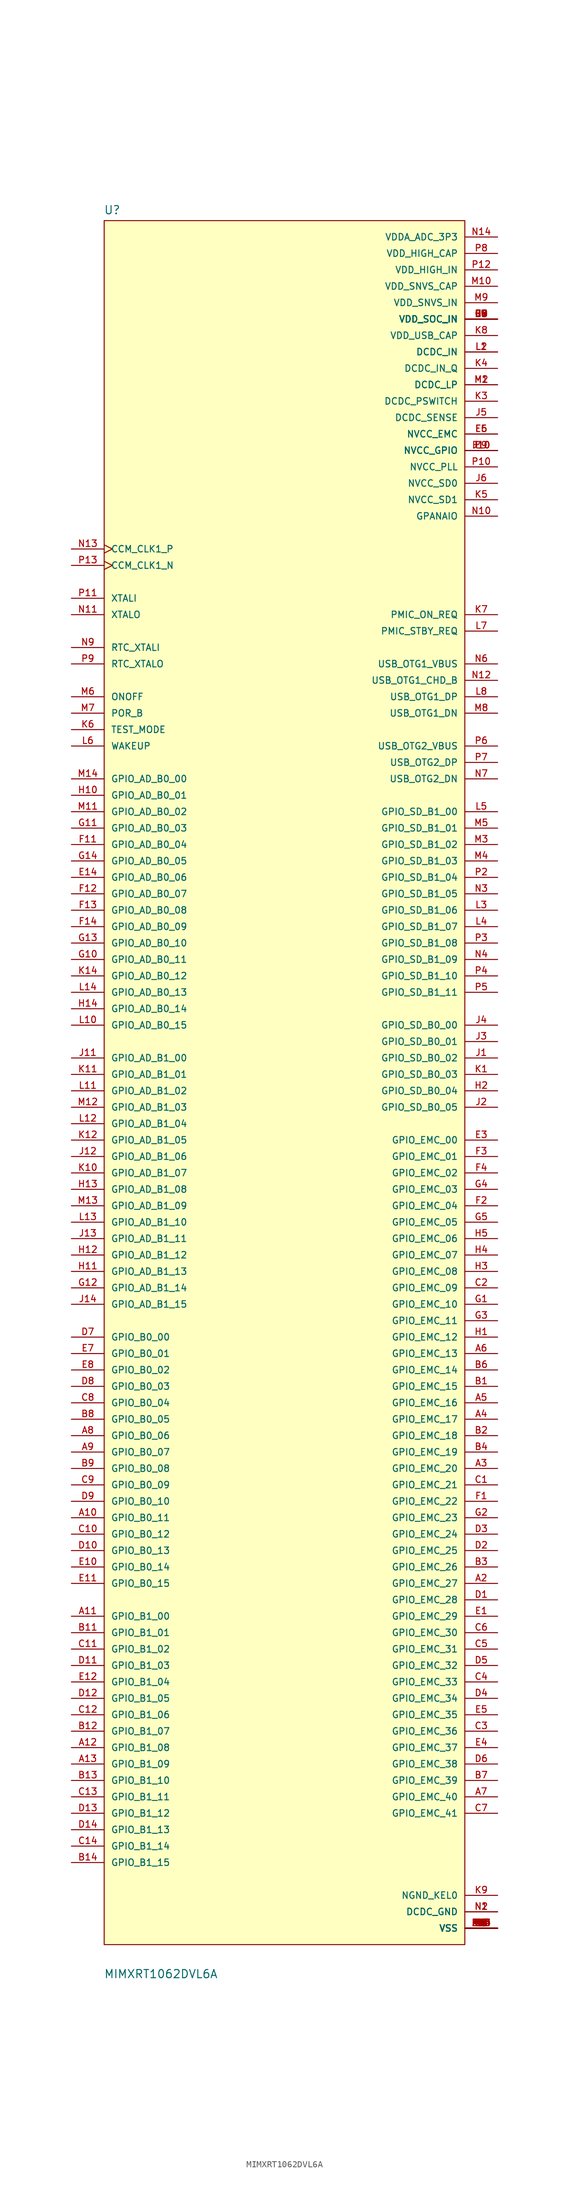
<source format=kicad_sym>
(kicad_symbol_lib
  (version 20241209)
  (generator "kicad_symbol_editor")
  (generator_version "9.0")
  (symbol "MIMXRT1062DVL6A"
    (pin_names
      (offset 1.016))
    (property "Reference" "U"
      (at -28.001 135.512 0)
      (effects (font (size 1.27 1.27)) (justify left bottom)))
    (property "Value" "MIMXRT1062DVL6A"
      (at -27.986 -137.362 0)
      (effects (font (size 1.27 1.27)) (justify left bottom)))
    (symbol "MIMXRT1062DVL6A_0_0"
      (rectangle (start -27.94 -132.08) (end 27.94 134.62) (stroke (width 0.152) (type default)) (fill (type background)))
      (pin input clock (at -33.02 83.82 0) (length 5.08) (name "CCM_CLK1_P" (effects (font (size 1.016 1.016)))) (number "N13" (effects (font (size 1.016 1.016)))))
      (pin input clock (at -33.02 81.28 0) (length 5.08) (name "CCM_CLK1_N" (effects (font (size 1.016 1.016)))) (number "P13" (effects (font (size 1.016 1.016)))))
      (pin input line (at -33.02 76.2 0) (length 5.08) (name "XTALI" (effects (font (size 1.016 1.016)))) (number "P11" (effects (font (size 1.016 1.016)))))
      (pin output line (at -33.02 73.66 0) (length 5.08) (name "XTALO" (effects (font (size 1.016 1.016)))) (number "N11" (effects (font (size 1.016 1.016)))))
      (pin input line (at -33.02 68.58 0) (length 5.08) (name "RTC_XTALI" (effects (font (size 1.016 1.016)))) (number "N9" (effects (font (size 1.016 1.016)))))
      (pin output line (at -33.02 66.04 0) (length 5.08) (name "RTC_XTALO" (effects (font (size 1.016 1.016)))) (number "P9" (effects (font (size 1.016 1.016)))))
      (pin input line (at -33.02 60.96 0) (length 5.08) (name "ONOFF" (effects (font (size 1.016 1.016)))) (number "M6" (effects (font (size 1.016 1.016)))))
      (pin input line (at -33.02 58.42 0) (length 5.08) (name "POR_B" (effects (font (size 1.016 1.016)))) (number "M7" (effects (font (size 1.016 1.016)))))
      (pin input line (at -33.02 55.88 0) (length 5.08) (name "TEST_MODE" (effects (font (size 1.016 1.016)))) (number "K6" (effects (font (size 1.016 1.016)))))
      (pin input line (at -33.02 53.34 0) (length 5.08) (name "WAKEUP" (effects (font (size 1.016 1.016)))) (number "L6" (effects (font (size 1.016 1.016)))))
      (pin bidirectional line (at -33.02 48.26 0) (length 5.08) (name "GPIO_AD_B0_00" (effects (font (size 1.016 1.016)))) (number "M14" (effects (font (size 1.016 1.016)))))
      (pin bidirectional line (at -33.02 45.72 0) (length 5.08) (name "GPIO_AD_B0_01" (effects (font (size 1.016 1.016)))) (number "H10" (effects (font (size 1.016 1.016)))))
      (pin bidirectional line (at -33.02 43.18 0) (length 5.08) (name "GPIO_AD_B0_02" (effects (font (size 1.016 1.016)))) (number "M11" (effects (font (size 1.016 1.016)))))
      (pin bidirectional line (at -33.02 40.64 0) (length 5.08) (name "GPIO_AD_B0_03" (effects (font (size 1.016 1.016)))) (number "G11" (effects (font (size 1.016 1.016)))))
      (pin bidirectional line (at -33.02 38.1 0) (length 5.08) (name "GPIO_AD_B0_04" (effects (font (size 1.016 1.016)))) (number "F11" (effects (font (size 1.016 1.016)))))
      (pin bidirectional line (at -33.02 35.56 0) (length 5.08) (name "GPIO_AD_B0_05" (effects (font (size 1.016 1.016)))) (number "G14" (effects (font (size 1.016 1.016)))))
      (pin bidirectional line (at -33.02 33.02 0) (length 5.08) (name "GPIO_AD_B0_06" (effects (font (size 1.016 1.016)))) (number "E14" (effects (font (size 1.016 1.016)))))
      (pin bidirectional line (at -33.02 30.48 0) (length 5.08) (name "GPIO_AD_B0_07" (effects (font (size 1.016 1.016)))) (number "F12" (effects (font (size 1.016 1.016)))))
      (pin bidirectional line (at -33.02 27.94 0) (length 5.08) (name "GPIO_AD_B0_08" (effects (font (size 1.016 1.016)))) (number "F13" (effects (font (size 1.016 1.016)))))
      (pin bidirectional line (at -33.02 25.4 0) (length 5.08) (name "GPIO_AD_B0_09" (effects (font (size 1.016 1.016)))) (number "F14" (effects (font (size 1.016 1.016)))))
      (pin bidirectional line (at -33.02 22.86 0) (length 5.08) (name "GPIO_AD_B0_10" (effects (font (size 1.016 1.016)))) (number "G13" (effects (font (size 1.016 1.016)))))
      (pin bidirectional line (at -33.02 20.32 0) (length 5.08) (name "GPIO_AD_B0_11" (effects (font (size 1.016 1.016)))) (number "G10" (effects (font (size 1.016 1.016)))))
      (pin bidirectional line (at -33.02 17.78 0) (length 5.08) (name "GPIO_AD_B0_12" (effects (font (size 1.016 1.016)))) (number "K14" (effects (font (size 1.016 1.016)))))
      (pin bidirectional line (at -33.02 15.24 0) (length 5.08) (name "GPIO_AD_B0_13" (effects (font (size 1.016 1.016)))) (number "L14" (effects (font (size 1.016 1.016)))))
      (pin bidirectional line (at -33.02 12.7 0) (length 5.08) (name "GPIO_AD_B0_14" (effects (font (size 1.016 1.016)))) (number "H14" (effects (font (size 1.016 1.016)))))
      (pin bidirectional line (at -33.02 10.16 0) (length 5.08) (name "GPIO_AD_B0_15" (effects (font (size 1.016 1.016)))) (number "L10" (effects (font (size 1.016 1.016)))))
      (pin bidirectional line (at -33.02 5.08 0) (length 5.08) (name "GPIO_AD_B1_00" (effects (font (size 1.016 1.016)))) (number "J11" (effects (font (size 1.016 1.016)))))
      (pin bidirectional line (at -33.02 2.54 0) (length 5.08) (name "GPIO_AD_B1_01" (effects (font (size 1.016 1.016)))) (number "K11" (effects (font (size 1.016 1.016)))))
      (pin bidirectional line (at -33.02 0 0) (length 5.08) (name "GPIO_AD_B1_02" (effects (font (size 1.016 1.016)))) (number "L11" (effects (font (size 1.016 1.016)))))
      (pin bidirectional line (at -33.02 -2.54 0) (length 5.08) (name "GPIO_AD_B1_03" (effects (font (size 1.016 1.016)))) (number "M12" (effects (font (size 1.016 1.016)))))
      (pin bidirectional line (at -33.02 -5.08 0) (length 5.08) (name "GPIO_AD_B1_04" (effects (font (size 1.016 1.016)))) (number "L12" (effects (font (size 1.016 1.016)))))
      (pin bidirectional line (at -33.02 -7.62 0) (length 5.08) (name "GPIO_AD_B1_05" (effects (font (size 1.016 1.016)))) (number "K12" (effects (font (size 1.016 1.016)))))
      (pin bidirectional line (at -33.02 -10.16 0) (length 5.08) (name "GPIO_AD_B1_06" (effects (font (size 1.016 1.016)))) (number "J12" (effects (font (size 1.016 1.016)))))
      (pin bidirectional line (at -33.02 -12.7 0) (length 5.08) (name "GPIO_AD_B1_07" (effects (font (size 1.016 1.016)))) (number "K10" (effects (font (size 1.016 1.016)))))
      (pin bidirectional line (at -33.02 -15.24 0) (length 5.08) (name "GPIO_AD_B1_08" (effects (font (size 1.016 1.016)))) (number "H13" (effects (font (size 1.016 1.016)))))
      (pin bidirectional line (at -33.02 -17.78 0) (length 5.08) (name "GPIO_AD_B1_09" (effects (font (size 1.016 1.016)))) (number "M13" (effects (font (size 1.016 1.016)))))
      (pin bidirectional line (at -33.02 -20.32 0) (length 5.08) (name "GPIO_AD_B1_10" (effects (font (size 1.016 1.016)))) (number "L13" (effects (font (size 1.016 1.016)))))
      (pin bidirectional line (at -33.02 -22.86 0) (length 5.08) (name "GPIO_AD_B1_11" (effects (font (size 1.016 1.016)))) (number "J13" (effects (font (size 1.016 1.016)))))
      (pin bidirectional line (at -33.02 -25.4 0) (length 5.08) (name "GPIO_AD_B1_12" (effects (font (size 1.016 1.016)))) (number "H12" (effects (font (size 1.016 1.016)))))
      (pin bidirectional line (at -33.02 -27.94 0) (length 5.08) (name "GPIO_AD_B1_13" (effects (font (size 1.016 1.016)))) (number "H11" (effects (font (size 1.016 1.016)))))
      (pin bidirectional line (at -33.02 -30.48 0) (length 5.08) (name "GPIO_AD_B1_14" (effects (font (size 1.016 1.016)))) (number "G12" (effects (font (size 1.016 1.016)))))
      (pin bidirectional line (at -33.02 -33.02 0) (length 5.08) (name "GPIO_AD_B1_15" (effects (font (size 1.016 1.016)))) (number "J14" (effects (font (size 1.016 1.016)))))
      (pin bidirectional line (at -33.02 -38.1 0) (length 5.08) (name "GPIO_B0_00" (effects (font (size 1.016 1.016)))) (number "D7" (effects (font (size 1.016 1.016)))))
      (pin bidirectional line (at -33.02 -40.64 0) (length 5.08) (name "GPIO_B0_01" (effects (font (size 1.016 1.016)))) (number "E7" (effects (font (size 1.016 1.016)))))
      (pin bidirectional line (at -33.02 -43.18 0) (length 5.08) (name "GPIO_B0_02" (effects (font (size 1.016 1.016)))) (number "E8" (effects (font (size 1.016 1.016)))))
      (pin bidirectional line (at -33.02 -45.72 0) (length 5.08) (name "GPIO_B0_03" (effects (font (size 1.016 1.016)))) (number "D8" (effects (font (size 1.016 1.016)))))
      (pin bidirectional line (at -33.02 -48.26 0) (length 5.08) (name "GPIO_B0_04" (effects (font (size 1.016 1.016)))) (number "C8" (effects (font (size 1.016 1.016)))))
      (pin bidirectional line (at -33.02 -50.8 0) (length 5.08) (name "GPIO_B0_05" (effects (font (size 1.016 1.016)))) (number "B8" (effects (font (size 1.016 1.016)))))
      (pin bidirectional line (at -33.02 -53.34 0) (length 5.08) (name "GPIO_B0_06" (effects (font (size 1.016 1.016)))) (number "A8" (effects (font (size 1.016 1.016)))))
      (pin bidirectional line (at -33.02 -55.88 0) (length 5.08) (name "GPIO_B0_07" (effects (font (size 1.016 1.016)))) (number "A9" (effects (font (size 1.016 1.016)))))
      (pin bidirectional line (at -33.02 -58.42 0) (length 5.08) (name "GPIO_B0_08" (effects (font (size 1.016 1.016)))) (number "B9" (effects (font (size 1.016 1.016)))))
      (pin bidirectional line (at -33.02 -60.96 0) (length 5.08) (name "GPIO_B0_09" (effects (font (size 1.016 1.016)))) (number "C9" (effects (font (size 1.016 1.016)))))
      (pin bidirectional line (at -33.02 -63.5 0) (length 5.08) (name "GPIO_B0_10" (effects (font (size 1.016 1.016)))) (number "D9" (effects (font (size 1.016 1.016)))))
      (pin bidirectional line (at -33.02 -66.04 0) (length 5.08) (name "GPIO_B0_11" (effects (font (size 1.016 1.016)))) (number "A10" (effects (font (size 1.016 1.016)))))
      (pin bidirectional line (at -33.02 -68.58 0) (length 5.08) (name "GPIO_B0_12" (effects (font (size 1.016 1.016)))) (number "C10" (effects (font (size 1.016 1.016)))))
      (pin bidirectional line (at -33.02 -71.12 0) (length 5.08) (name "GPIO_B0_13" (effects (font (size 1.016 1.016)))) (number "D10" (effects (font (size 1.016 1.016)))))
      (pin bidirectional line (at -33.02 -73.66 0) (length 5.08) (name "GPIO_B0_14" (effects (font (size 1.016 1.016)))) (number "E10" (effects (font (size 1.016 1.016)))))
      (pin bidirectional line (at -33.02 -76.2 0) (length 5.08) (name "GPIO_B0_15" (effects (font (size 1.016 1.016)))) (number "E11" (effects (font (size 1.016 1.016)))))
      (pin bidirectional line (at -33.02 -81.28 0) (length 5.08) (name "GPIO_B1_00" (effects (font (size 1.016 1.016)))) (number "A11" (effects (font (size 1.016 1.016)))))
      (pin bidirectional line (at -33.02 -83.82 0) (length 5.08) (name "GPIO_B1_01" (effects (font (size 1.016 1.016)))) (number "B11" (effects (font (size 1.016 1.016)))))
      (pin bidirectional line (at -33.02 -86.36 0) (length 5.08) (name "GPIO_B1_02" (effects (font (size 1.016 1.016)))) (number "C11" (effects (font (size 1.016 1.016)))))
      (pin bidirectional line (at -33.02 -88.9 0) (length 5.08) (name "GPIO_B1_03" (effects (font (size 1.016 1.016)))) (number "D11" (effects (font (size 1.016 1.016)))))
      (pin bidirectional line (at -33.02 -91.44 0) (length 5.08) (name "GPIO_B1_04" (effects (font (size 1.016 1.016)))) (number "E12" (effects (font (size 1.016 1.016)))))
      (pin bidirectional line (at -33.02 -93.98 0) (length 5.08) (name "GPIO_B1_05" (effects (font (size 1.016 1.016)))) (number "D12" (effects (font (size 1.016 1.016)))))
      (pin bidirectional line (at -33.02 -96.52 0) (length 5.08) (name "GPIO_B1_06" (effects (font (size 1.016 1.016)))) (number "C12" (effects (font (size 1.016 1.016)))))
      (pin bidirectional line (at -33.02 -99.06 0) (length 5.08) (name "GPIO_B1_07" (effects (font (size 1.016 1.016)))) (number "B12" (effects (font (size 1.016 1.016)))))
      (pin bidirectional line (at -33.02 -101.6 0) (length 5.08) (name "GPIO_B1_08" (effects (font (size 1.016 1.016)))) (number "A12" (effects (font (size 1.016 1.016)))))
      (pin bidirectional line (at -33.02 -104.14 0) (length 5.08) (name "GPIO_B1_09" (effects (font (size 1.016 1.016)))) (number "A13" (effects (font (size 1.016 1.016)))))
      (pin bidirectional line (at -33.02 -106.68 0) (length 5.08) (name "GPIO_B1_10" (effects (font (size 1.016 1.016)))) (number "B13" (effects (font (size 1.016 1.016)))))
      (pin bidirectional line (at -33.02 -109.22 0) (length 5.08) (name "GPIO_B1_11" (effects (font (size 1.016 1.016)))) (number "C13" (effects (font (size 1.016 1.016)))))
      (pin bidirectional line (at -33.02 -111.76 0) (length 5.08) (name "GPIO_B1_12" (effects (font (size 1.016 1.016)))) (number "D13" (effects (font (size 1.016 1.016)))))
      (pin bidirectional line (at -33.02 -114.3 0) (length 5.08) (name "GPIO_B1_13" (effects (font (size 1.016 1.016)))) (number "D14" (effects (font (size 1.016 1.016)))))
      (pin bidirectional line (at -33.02 -116.84 0) (length 5.08) (name "GPIO_B1_14" (effects (font (size 1.016 1.016)))) (number "C14" (effects (font (size 1.016 1.016)))))
      (pin bidirectional line (at -33.02 -119.38 0) (length 5.08) (name "GPIO_B1_15" (effects (font (size 1.016 1.016)))) (number "B14" (effects (font (size 1.016 1.016)))))
      (pin power_in line (at 33.02 132.08 180) (length 5.08) (name "VDDA_ADC_3P3" (effects (font (size 1.016 1.016)))) (number "N14" (effects (font (size 1.016 1.016)))))
      (pin power_in line (at 33.02 129.54 180) (length 5.08) (name "VDD_HIGH_CAP" (effects (font (size 1.016 1.016)))) (number "P8" (effects (font (size 1.016 1.016)))))
      (pin power_in line (at 33.02 127 180) (length 5.08) (name "VDD_HIGH_IN" (effects (font (size 1.016 1.016)))) (number "P12" (effects (font (size 1.016 1.016)))))
      (pin power_in line (at 33.02 124.46 180) (length 5.08) (name "VDD_SNVS_CAP" (effects (font (size 1.016 1.016)))) (number "M10" (effects (font (size 1.016 1.016)))))
      (pin power_in line (at 33.02 121.92 180) (length 5.08) (name "VDD_SNVS_IN" (effects (font (size 1.016 1.016)))) (number "M9" (effects (font (size 1.016 1.016)))))
      (pin power_in line (at 33.02 119.38 180) (length 5.08) (name "VDD_SOC_IN" (effects (font (size 1.016 1.016)))) (number "F6" (effects (font (size 1.016 1.016)))))
      (pin power_in line (at 33.02 119.38 180) (length 5.08) (name "VDD_SOC_IN" (effects (font (size 1.016 1.016)))) (number "F7" (effects (font (size 1.016 1.016)))))
      (pin power_in line (at 33.02 119.38 180) (length 5.08) (name "VDD_SOC_IN" (effects (font (size 1.016 1.016)))) (number "F8" (effects (font (size 1.016 1.016)))))
      (pin power_in line (at 33.02 119.38 180) (length 5.08) (name "VDD_SOC_IN" (effects (font (size 1.016 1.016)))) (number "F9" (effects (font (size 1.016 1.016)))))
      (pin power_in line (at 33.02 119.38 180) (length 5.08) (name "VDD_SOC_IN" (effects (font (size 1.016 1.016)))) (number "G6" (effects (font (size 1.016 1.016)))))
      (pin power_in line (at 33.02 119.38 180) (length 5.08) (name "VDD_SOC_IN" (effects (font (size 1.016 1.016)))) (number "G9" (effects (font (size 1.016 1.016)))))
      (pin power_in line (at 33.02 119.38 180) (length 5.08) (name "VDD_SOC_IN" (effects (font (size 1.016 1.016)))) (number "H6" (effects (font (size 1.016 1.016)))))
      (pin power_in line (at 33.02 119.38 180) (length 5.08) (name "VDD_SOC_IN" (effects (font (size 1.016 1.016)))) (number "H9" (effects (font (size 1.016 1.016)))))
      (pin power_in line (at 33.02 119.38 180) (length 5.08) (name "VDD_SOC_IN" (effects (font (size 1.016 1.016)))) (number "J9" (effects (font (size 1.016 1.016)))))
      (pin power_in line (at 33.02 116.84 180) (length 5.08) (name "VDD_USB_CAP" (effects (font (size 1.016 1.016)))) (number "K8" (effects (font (size 1.016 1.016)))))
      (pin power_in line (at 33.02 114.3 180) (length 5.08) (name "DCDC_IN" (effects (font (size 1.016 1.016)))) (number "L1" (effects (font (size 1.016 1.016)))))
      (pin power_in line (at 33.02 114.3 180) (length 5.08) (name "DCDC_IN" (effects (font (size 1.016 1.016)))) (number "L2" (effects (font (size 1.016 1.016)))))
      (pin power_in line (at 33.02 111.76 180) (length 5.08) (name "DCDC_IN_Q" (effects (font (size 1.016 1.016)))) (number "K4" (effects (font (size 1.016 1.016)))))
      (pin power_in line (at 33.02 109.22 180) (length 5.08) (name "DCDC_LP" (effects (font (size 1.016 1.016)))) (number "M1" (effects (font (size 1.016 1.016)))))
      (pin power_in line (at 33.02 109.22 180) (length 5.08) (name "DCDC_LP" (effects (font (size 1.016 1.016)))) (number "M2" (effects (font (size 1.016 1.016)))))
      (pin power_in line (at 33.02 106.68 180) (length 5.08) (name "DCDC_PSWITCH" (effects (font (size 1.016 1.016)))) (number "K3" (effects (font (size 1.016 1.016)))))
      (pin power_in line (at 33.02 104.14 180) (length 5.08) (name "DCDC_SENSE" (effects (font (size 1.016 1.016)))) (number "J5" (effects (font (size 1.016 1.016)))))
      (pin power_in line (at 33.02 101.6 180) (length 5.08) (name "NVCC_EMC" (effects (font (size 1.016 1.016)))) (number "E6" (effects (font (size 1.016 1.016)))))
      (pin power_in line (at 33.02 101.6 180) (length 5.08) (name "NVCC_EMC" (effects (font (size 1.016 1.016)))) (number "F5" (effects (font (size 1.016 1.016)))))
      (pin power_in line (at 33.02 99.06 180) (length 5.08) (name "NVCC_GPIO" (effects (font (size 1.016 1.016)))) (number "E9" (effects (font (size 1.016 1.016)))))
      (pin power_in line (at 33.02 99.06 180) (length 5.08) (name "NVCC_GPIO" (effects (font (size 1.016 1.016)))) (number "F10" (effects (font (size 1.016 1.016)))))
      (pin power_in line (at 33.02 99.06 180) (length 5.08) (name "NVCC_GPIO" (effects (font (size 1.016 1.016)))) (number "J10" (effects (font (size 1.016 1.016)))))
      (pin power_in line (at 33.02 96.52 180) (length 5.08) (name "NVCC_PLL" (effects (font (size 1.016 1.016)))) (number "P10" (effects (font (size 1.016 1.016)))))
      (pin power_in line (at 33.02 93.98 180) (length 5.08) (name "NVCC_SD0" (effects (font (size 1.016 1.016)))) (number "J6" (effects (font (size 1.016 1.016)))))
      (pin power_in line (at 33.02 91.44 180) (length 5.08) (name "NVCC_SD1" (effects (font (size 1.016 1.016)))) (number "K5" (effects (font (size 1.016 1.016)))))
      (pin power_in line (at 33.02 88.9 180) (length 5.08) (name "GPANAIO" (effects (font (size 1.016 1.016)))) (number "N10" (effects (font (size 1.016 1.016)))))
      (pin output line (at 33.02 73.66 180) (length 5.08) (name "PMIC_ON_REQ" (effects (font (size 1.016 1.016)))) (number "K7" (effects (font (size 1.016 1.016)))))
      (pin output line (at 33.02 71.12 180) (length 5.08) (name "PMIC_STBY_REQ" (effects (font (size 1.016 1.016)))) (number "L7" (effects (font (size 1.016 1.016)))))
      (pin bidirectional line (at 33.02 66.04 180) (length 5.08) (name "USB_OTG1_VBUS" (effects (font (size 1.016 1.016)))) (number "N6" (effects (font (size 1.016 1.016)))))
      (pin bidirectional line (at 33.02 63.5 180) (length 5.08) (name "USB_OTG1_CHD_B" (effects (font (size 1.016 1.016)))) (number "N12" (effects (font (size 1.016 1.016)))))
      (pin bidirectional line (at 33.02 60.96 180) (length 5.08) (name "USB_OTG1_DP" (effects (font (size 1.016 1.016)))) (number "L8" (effects (font (size 1.016 1.016)))))
      (pin bidirectional line (at 33.02 58.42 180) (length 5.08) (name "USB_OTG1_DN" (effects (font (size 1.016 1.016)))) (number "M8" (effects (font (size 1.016 1.016)))))
      (pin bidirectional line (at 33.02 53.34 180) (length 5.08) (name "USB_OTG2_VBUS" (effects (font (size 1.016 1.016)))) (number "P6" (effects (font (size 1.016 1.016)))))
      (pin bidirectional line (at 33.02 50.8 180) (length 5.08) (name "USB_OTG2_DP" (effects (font (size 1.016 1.016)))) (number "P7" (effects (font (size 1.016 1.016)))))
      (pin bidirectional line (at 33.02 48.26 180) (length 5.08) (name "USB_OTG2_DN" (effects (font (size 1.016 1.016)))) (number "N7" (effects (font (size 1.016 1.016)))))
      (pin bidirectional line (at 33.02 43.18 180) (length 5.08) (name "GPIO_SD_B1_00" (effects (font (size 1.016 1.016)))) (number "L5" (effects (font (size 1.016 1.016)))))
      (pin bidirectional line (at 33.02 40.64 180) (length 5.08) (name "GPIO_SD_B1_01" (effects (font (size 1.016 1.016)))) (number "M5" (effects (font (size 1.016 1.016)))))
      (pin bidirectional line (at 33.02 38.1 180) (length 5.08) (name "GPIO_SD_B1_02" (effects (font (size 1.016 1.016)))) (number "M3" (effects (font (size 1.016 1.016)))))
      (pin bidirectional line (at 33.02 35.56 180) (length 5.08) (name "GPIO_SD_B1_03" (effects (font (size 1.016 1.016)))) (number "M4" (effects (font (size 1.016 1.016)))))
      (pin bidirectional line (at 33.02 33.02 180) (length 5.08) (name "GPIO_SD_B1_04" (effects (font (size 1.016 1.016)))) (number "P2" (effects (font (size 1.016 1.016)))))
      (pin bidirectional line (at 33.02 30.48 180) (length 5.08) (name "GPIO_SD_B1_05" (effects (font (size 1.016 1.016)))) (number "N3" (effects (font (size 1.016 1.016)))))
      (pin bidirectional line (at 33.02 27.94 180) (length 5.08) (name "GPIO_SD_B1_06" (effects (font (size 1.016 1.016)))) (number "L3" (effects (font (size 1.016 1.016)))))
      (pin bidirectional line (at 33.02 25.4 180) (length 5.08) (name "GPIO_SD_B1_07" (effects (font (size 1.016 1.016)))) (number "L4" (effects (font (size 1.016 1.016)))))
      (pin bidirectional line (at 33.02 22.86 180) (length 5.08) (name "GPIO_SD_B1_08" (effects (font (size 1.016 1.016)))) (number "P3" (effects (font (size 1.016 1.016)))))
      (pin bidirectional line (at 33.02 20.32 180) (length 5.08) (name "GPIO_SD_B1_09" (effects (font (size 1.016 1.016)))) (number "N4" (effects (font (size 1.016 1.016)))))
      (pin bidirectional line (at 33.02 17.78 180) (length 5.08) (name "GPIO_SD_B1_10" (effects (font (size 1.016 1.016)))) (number "P4" (effects (font (size 1.016 1.016)))))
      (pin bidirectional line (at 33.02 15.24 180) (length 5.08) (name "GPIO_SD_B1_11" (effects (font (size 1.016 1.016)))) (number "P5" (effects (font (size 1.016 1.016)))))
      (pin bidirectional line (at 33.02 10.16 180) (length 5.08) (name "GPIO_SD_B0_00" (effects (font (size 1.016 1.016)))) (number "J4" (effects (font (size 1.016 1.016)))))
      (pin bidirectional line (at 33.02 7.62 180) (length 5.08) (name "GPIO_SD_B0_01" (effects (font (size 1.016 1.016)))) (number "J3" (effects (font (size 1.016 1.016)))))
      (pin bidirectional line (at 33.02 5.08 180) (length 5.08) (name "GPIO_SD_B0_02" (effects (font (size 1.016 1.016)))) (number "J1" (effects (font (size 1.016 1.016)))))
      (pin bidirectional line (at 33.02 2.54 180) (length 5.08) (name "GPIO_SD_B0_03" (effects (font (size 1.016 1.016)))) (number "K1" (effects (font (size 1.016 1.016)))))
      (pin bidirectional line (at 33.02 0 180) (length 5.08) (name "GPIO_SD_B0_04" (effects (font (size 1.016 1.016)))) (number "H2" (effects (font (size 1.016 1.016)))))
      (pin bidirectional line (at 33.02 -2.54 180) (length 5.08) (name "GPIO_SD_B0_05" (effects (font (size 1.016 1.016)))) (number "J2" (effects (font (size 1.016 1.016)))))
      (pin bidirectional line (at 33.02 -7.62 180) (length 5.08) (name "GPIO_EMC_00" (effects (font (size 1.016 1.016)))) (number "E3" (effects (font (size 1.016 1.016)))))
      (pin bidirectional line (at 33.02 -10.16 180) (length 5.08) (name "GPIO_EMC_01" (effects (font (size 1.016 1.016)))) (number "F3" (effects (font (size 1.016 1.016)))))
      (pin bidirectional line (at 33.02 -12.7 180) (length 5.08) (name "GPIO_EMC_02" (effects (font (size 1.016 1.016)))) (number "F4" (effects (font (size 1.016 1.016)))))
      (pin bidirectional line (at 33.02 -15.24 180) (length 5.08) (name "GPIO_EMC_03" (effects (font (size 1.016 1.016)))) (number "G4" (effects (font (size 1.016 1.016)))))
      (pin bidirectional line (at 33.02 -17.78 180) (length 5.08) (name "GPIO_EMC_04" (effects (font (size 1.016 1.016)))) (number "F2" (effects (font (size 1.016 1.016)))))
      (pin bidirectional line (at 33.02 -20.32 180) (length 5.08) (name "GPIO_EMC_05" (effects (font (size 1.016 1.016)))) (number "G5" (effects (font (size 1.016 1.016)))))
      (pin bidirectional line (at 33.02 -22.86 180) (length 5.08) (name "GPIO_EMC_06" (effects (font (size 1.016 1.016)))) (number "H5" (effects (font (size 1.016 1.016)))))
      (pin bidirectional line (at 33.02 -25.4 180) (length 5.08) (name "GPIO_EMC_07" (effects (font (size 1.016 1.016)))) (number "H4" (effects (font (size 1.016 1.016)))))
      (pin bidirectional line (at 33.02 -27.94 180) (length 5.08) (name "GPIO_EMC_08" (effects (font (size 1.016 1.016)))) (number "H3" (effects (font (size 1.016 1.016)))))
      (pin bidirectional line (at 33.02 -30.48 180) (length 5.08) (name "GPIO_EMC_09" (effects (font (size 1.016 1.016)))) (number "C2" (effects (font (size 1.016 1.016)))))
      (pin bidirectional line (at 33.02 -33.02 180) (length 5.08) (name "GPIO_EMC_10" (effects (font (size 1.016 1.016)))) (number "G1" (effects (font (size 1.016 1.016)))))
      (pin bidirectional line (at 33.02 -35.56 180) (length 5.08) (name "GPIO_EMC_11" (effects (font (size 1.016 1.016)))) (number "G3" (effects (font (size 1.016 1.016)))))
      (pin bidirectional line (at 33.02 -38.1 180) (length 5.08) (name "GPIO_EMC_12" (effects (font (size 1.016 1.016)))) (number "H1" (effects (font (size 1.016 1.016)))))
      (pin bidirectional line (at 33.02 -40.64 180) (length 5.08) (name "GPIO_EMC_13" (effects (font (size 1.016 1.016)))) (number "A6" (effects (font (size 1.016 1.016)))))
      (pin bidirectional line (at 33.02 -43.18 180) (length 5.08) (name "GPIO_EMC_14" (effects (font (size 1.016 1.016)))) (number "B6" (effects (font (size 1.016 1.016)))))
      (pin bidirectional line (at 33.02 -45.72 180) (length 5.08) (name "GPIO_EMC_15" (effects (font (size 1.016 1.016)))) (number "B1" (effects (font (size 1.016 1.016)))))
      (pin bidirectional line (at 33.02 -48.26 180) (length 5.08) (name "GPIO_EMC_16" (effects (font (size 1.016 1.016)))) (number "A5" (effects (font (size 1.016 1.016)))))
      (pin bidirectional line (at 33.02 -50.8 180) (length 5.08) (name "GPIO_EMC_17" (effects (font (size 1.016 1.016)))) (number "A4" (effects (font (size 1.016 1.016)))))
      (pin bidirectional line (at 33.02 -53.34 180) (length 5.08) (name "GPIO_EMC_18" (effects (font (size 1.016 1.016)))) (number "B2" (effects (font (size 1.016 1.016)))))
      (pin bidirectional line (at 33.02 -55.88 180) (length 5.08) (name "GPIO_EMC_19" (effects (font (size 1.016 1.016)))) (number "B4" (effects (font (size 1.016 1.016)))))
      (pin bidirectional line (at 33.02 -58.42 180) (length 5.08) (name "GPIO_EMC_20" (effects (font (size 1.016 1.016)))) (number "A3" (effects (font (size 1.016 1.016)))))
      (pin bidirectional line (at 33.02 -60.96 180) (length 5.08) (name "GPIO_EMC_21" (effects (font (size 1.016 1.016)))) (number "C1" (effects (font (size 1.016 1.016)))))
      (pin bidirectional line (at 33.02 -63.5 180) (length 5.08) (name "GPIO_EMC_22" (effects (font (size 1.016 1.016)))) (number "F1" (effects (font (size 1.016 1.016)))))
      (pin bidirectional line (at 33.02 -66.04 180) (length 5.08) (name "GPIO_EMC_23" (effects (font (size 1.016 1.016)))) (number "G2" (effects (font (size 1.016 1.016)))))
      (pin bidirectional line (at 33.02 -68.58 180) (length 5.08) (name "GPIO_EMC_24" (effects (font (size 1.016 1.016)))) (number "D3" (effects (font (size 1.016 1.016)))))
      (pin bidirectional line (at 33.02 -71.12 180) (length 5.08) (name "GPIO_EMC_25" (effects (font (size 1.016 1.016)))) (number "D2" (effects (font (size 1.016 1.016)))))
      (pin bidirectional line (at 33.02 -73.66 180) (length 5.08) (name "GPIO_EMC_26" (effects (font (size 1.016 1.016)))) (number "B3" (effects (font (size 1.016 1.016)))))
      (pin bidirectional line (at 33.02 -76.2 180) (length 5.08) (name "GPIO_EMC_27" (effects (font (size 1.016 1.016)))) (number "A2" (effects (font (size 1.016 1.016)))))
      (pin bidirectional line (at 33.02 -78.74 180) (length 5.08) (name "GPIO_EMC_28" (effects (font (size 1.016 1.016)))) (number "D1" (effects (font (size 1.016 1.016)))))
      (pin bidirectional line (at 33.02 -81.28 180) (length 5.08) (name "GPIO_EMC_29" (effects (font (size 1.016 1.016)))) (number "E1" (effects (font (size 1.016 1.016)))))
      (pin bidirectional line (at 33.02 -83.82 180) (length 5.08) (name "GPIO_EMC_30" (effects (font (size 1.016 1.016)))) (number "C6" (effects (font (size 1.016 1.016)))))
      (pin bidirectional line (at 33.02 -86.36 180) (length 5.08) (name "GPIO_EMC_31" (effects (font (size 1.016 1.016)))) (number "C5" (effects (font (size 1.016 1.016)))))
      (pin bidirectional line (at 33.02 -88.9 180) (length 5.08) (name "GPIO_EMC_32" (effects (font (size 1.016 1.016)))) (number "D5" (effects (font (size 1.016 1.016)))))
      (pin bidirectional line (at 33.02 -91.44 180) (length 5.08) (name "GPIO_EMC_33" (effects (font (size 1.016 1.016)))) (number "C4" (effects (font (size 1.016 1.016)))))
      (pin bidirectional line (at 33.02 -93.98 180) (length 5.08) (name "GPIO_EMC_34" (effects (font (size 1.016 1.016)))) (number "D4" (effects (font (size 1.016 1.016)))))
      (pin bidirectional line (at 33.02 -96.52 180) (length 5.08) (name "GPIO_EMC_35" (effects (font (size 1.016 1.016)))) (number "E5" (effects (font (size 1.016 1.016)))))
      (pin bidirectional line (at 33.02 -99.06 180) (length 5.08) (name "GPIO_EMC_36" (effects (font (size 1.016 1.016)))) (number "C3" (effects (font (size 1.016 1.016)))))
      (pin bidirectional line (at 33.02 -101.6 180) (length 5.08) (name "GPIO_EMC_37" (effects (font (size 1.016 1.016)))) (number "E4" (effects (font (size 1.016 1.016)))))
      (pin bidirectional line (at 33.02 -104.14 180) (length 5.08) (name "GPIO_EMC_38" (effects (font (size 1.016 1.016)))) (number "D6" (effects (font (size 1.016 1.016)))))
      (pin bidirectional line (at 33.02 -106.68 180) (length 5.08) (name "GPIO_EMC_39" (effects (font (size 1.016 1.016)))) (number "B7" (effects (font (size 1.016 1.016)))))
      (pin bidirectional line (at 33.02 -109.22 180) (length 5.08) (name "GPIO_EMC_40" (effects (font (size 1.016 1.016)))) (number "A7" (effects (font (size 1.016 1.016)))))
      (pin bidirectional line (at 33.02 -111.76 180) (length 5.08) (name "GPIO_EMC_41" (effects (font (size 1.016 1.016)))) (number "C7" (effects (font (size 1.016 1.016)))))
      (pin power_in line (at 33.02 -124.46 180) (length 5.08) (name "NGND_KEL0" (effects (font (size 1.016 1.016)))) (number "K9" (effects (font (size 1.016 1.016)))))
      (pin power_in line (at 33.02 -127 180) (length 5.08) (name "DCDC_GND" (effects (font (size 1.016 1.016)))) (number "N1" (effects (font (size 1.016 1.016)))))
      (pin power_in line (at 33.02 -127 180) (length 5.08) (name "DCDC_GND" (effects (font (size 1.016 1.016)))) (number "N2" (effects (font (size 1.016 1.016)))))
      (pin power_in line (at 33.02 -129.54 180) (length 5.08) (name "VSS" (effects (font (size 1.016 1.016)))) (number "A1" (effects (font (size 1.016 1.016)))))
      (pin power_in line (at 33.02 -129.54 180) (length 5.08) (name "VSS" (effects (font (size 1.016 1.016)))) (number "A14" (effects (font (size 1.016 1.016)))))
      (pin power_in line (at 33.02 -129.54 180) (length 5.08) (name "VSS" (effects (font (size 1.016 1.016)))) (number "B10" (effects (font (size 1.016 1.016)))))
      (pin power_in line (at 33.02 -129.54 180) (length 5.08) (name "VSS" (effects (font (size 1.016 1.016)))) (number "B5" (effects (font (size 1.016 1.016)))))
      (pin power_in line (at 33.02 -129.54 180) (length 5.08) (name "VSS" (effects (font (size 1.016 1.016)))) (number "E13" (effects (font (size 1.016 1.016)))))
      (pin power_in line (at 33.02 -129.54 180) (length 5.08) (name "VSS" (effects (font (size 1.016 1.016)))) (number "E2" (effects (font (size 1.016 1.016)))))
      (pin power_in line (at 33.02 -129.54 180) (length 5.08) (name "VSS" (effects (font (size 1.016 1.016)))) (number "G7" (effects (font (size 1.016 1.016)))))
      (pin power_in line (at 33.02 -129.54 180) (length 5.08) (name "VSS" (effects (font (size 1.016 1.016)))) (number "G8" (effects (font (size 1.016 1.016)))))
      (pin power_in line (at 33.02 -129.54 180) (length 5.08) (name "VSS" (effects (font (size 1.016 1.016)))) (number "H7" (effects (font (size 1.016 1.016)))))
      (pin power_in line (at 33.02 -129.54 180) (length 5.08) (name "VSS" (effects (font (size 1.016 1.016)))) (number "H8" (effects (font (size 1.016 1.016)))))
      (pin power_in line (at 33.02 -129.54 180) (length 5.08) (name "VSS" (effects (font (size 1.016 1.016)))) (number "J7" (effects (font (size 1.016 1.016)))))
      (pin power_in line (at 33.02 -129.54 180) (length 5.08) (name "VSS" (effects (font (size 1.016 1.016)))) (number "J8" (effects (font (size 1.016 1.016)))))
      (pin power_in line (at 33.02 -129.54 180) (length 5.08) (name "VSS" (effects (font (size 1.016 1.016)))) (number "K13" (effects (font (size 1.016 1.016)))))
      (pin power_in line (at 33.02 -129.54 180) (length 5.08) (name "VSS" (effects (font (size 1.016 1.016)))) (number "K2" (effects (font (size 1.016 1.016)))))
      (pin power_in line (at 33.02 -129.54 180) (length 5.08) (name "VSS" (effects (font (size 1.016 1.016)))) (number "L9" (effects (font (size 1.016 1.016)))))
      (pin power_in line (at 33.02 -129.54 180) (length 5.08) (name "VSS" (effects (font (size 1.016 1.016)))) (number "N5" (effects (font (size 1.016 1.016)))))
      (pin power_in line (at 33.02 -129.54 180) (length 5.08) (name "VSS" (effects (font (size 1.016 1.016)))) (number "N8" (effects (font (size 1.016 1.016)))))
      (pin power_in line (at 33.02 -129.54 180) (length 5.08) (name "VSS" (effects (font (size 1.016 1.016)))) (number "P1" (effects (font (size 1.016 1.016)))))
      (pin power_in line (at 33.02 -129.54 180) (length 5.08) (name "VSS" (effects (font (size 1.016 1.016)))) (number "P14" (effects (font (size 1.016 1.016))))))))
</source>
